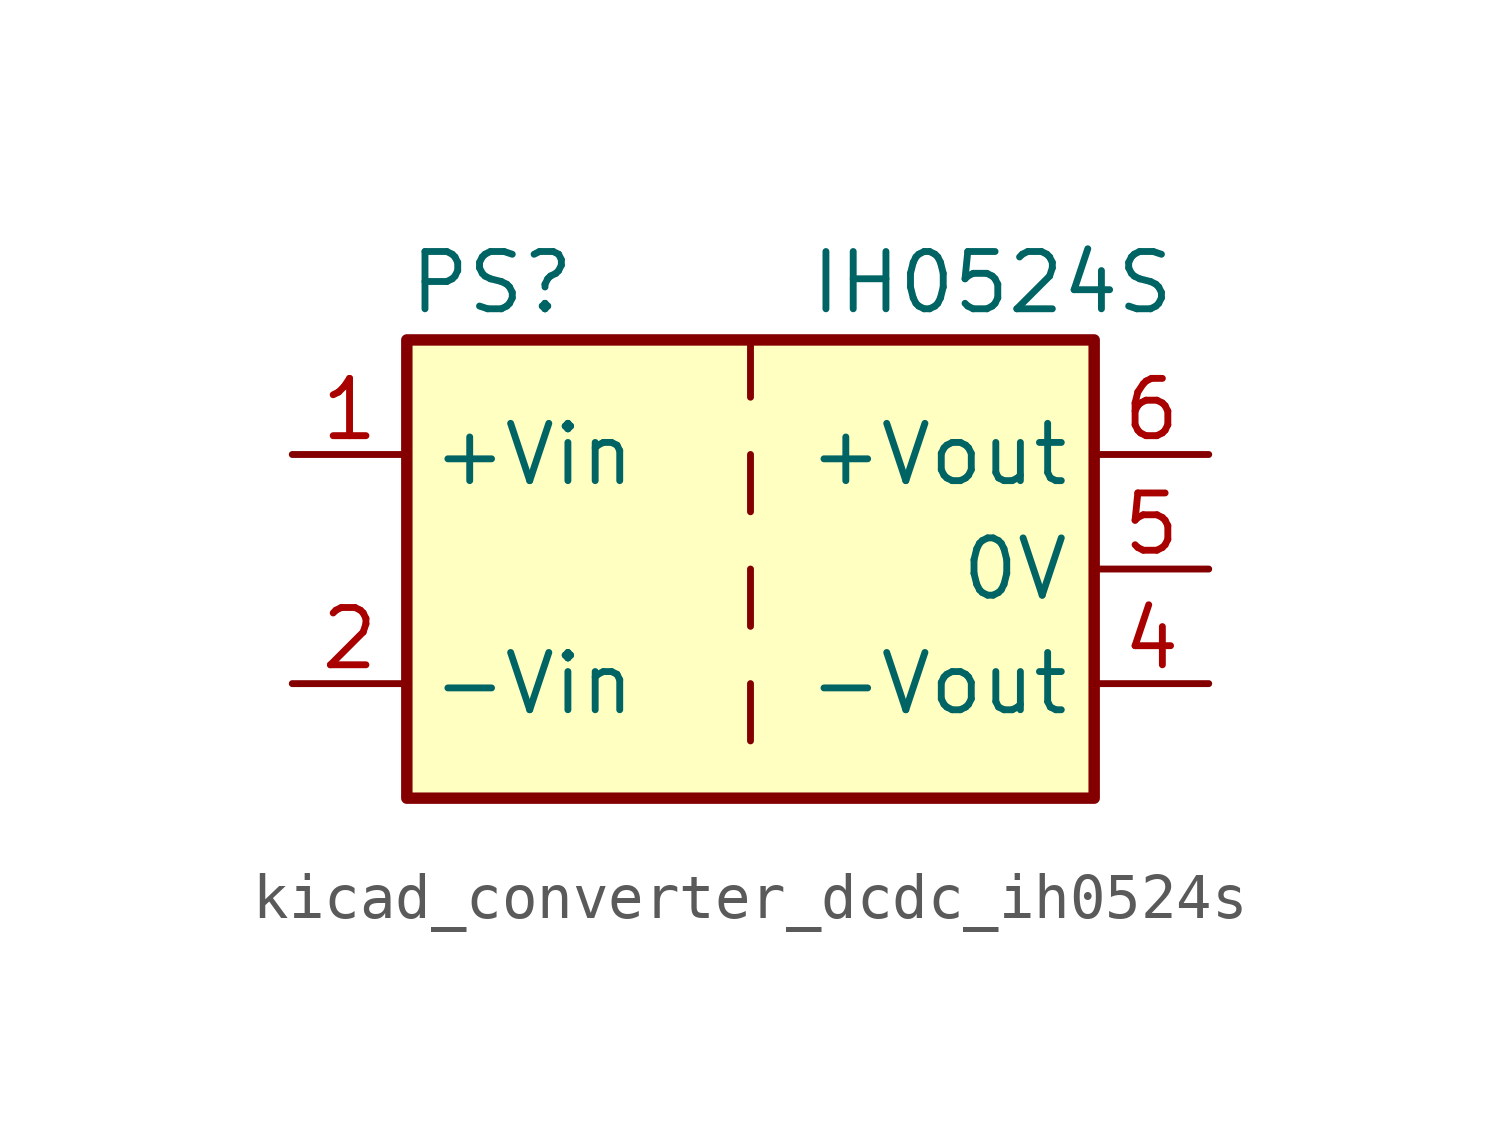
<source format=kicad_sym>
(kicad_symbol_lib
  (version 20220914)
  (generator kicad_symbol_editor)
  (symbol "kicad_converter_dcdc_ih0524s"
    (property "Reference" "PS"
      (at -7.62 6.35 0)
      (effects (font (size 1.27 1.27)) (justify left)))
    (property "Value" "IH0524S"
      (at 1.27 6.35 0)
      (effects (font (size 1.27 1.27)) (justify left)))
    (symbol "kicad_converter_dcdc_ih0524s_0_0"
      (pin power_in line (at -10.16 2.54 0) (length 2.54) (name "+Vin" (effects (font (size 1.27 1.27)))) (number "1" (effects (font (size 1.27 1.27)))))
      (pin power_in line (at -10.16 -2.54 0) (length 2.54) (name "-Vin" (effects (font (size 1.27 1.27)))) (number "2" (effects (font (size 1.27 1.27)))))
      (pin power_out line (at 10.16 -2.54 180) (length 2.54) (name "-Vout" (effects (font (size 1.27 1.27)))) (number "4" (effects (font (size 1.27 1.27)))))
      (pin power_out line (at 10.16 0 180) (length 2.54) (name "0V" (effects (font (size 1.27 1.27)))) (number "5" (effects (font (size 1.27 1.27)))))
      (pin power_out line (at 10.16 2.54 180) (length 2.54) (name "+Vout" (effects (font (size 1.27 1.27)))) (number "6" (effects (font (size 1.27 1.27))))))
    (symbol "kicad_converter_dcdc_ih0524s_0_1"
      (rectangle (start -7.62 5.08) (end 7.62 -5.08) (stroke (width 0.254) (type default)) (fill (type background)))
      (polyline (pts (xy 0 -2.54) (xy 0 -3.81)) (stroke (width 0) (type default)) (fill (type none)))
      (polyline (pts (xy 0 0) (xy 0 -1.27)) (stroke (width 0) (type default)) (fill (type none)))
      (polyline (pts (xy 0 2.54) (xy 0 1.27)) (stroke (width 0) (type default)) (fill (type none)))
      (polyline (pts (xy 0 5.08) (xy 0 3.81)) (stroke (width 0) (type default)) (fill (type none))))))
</source>
